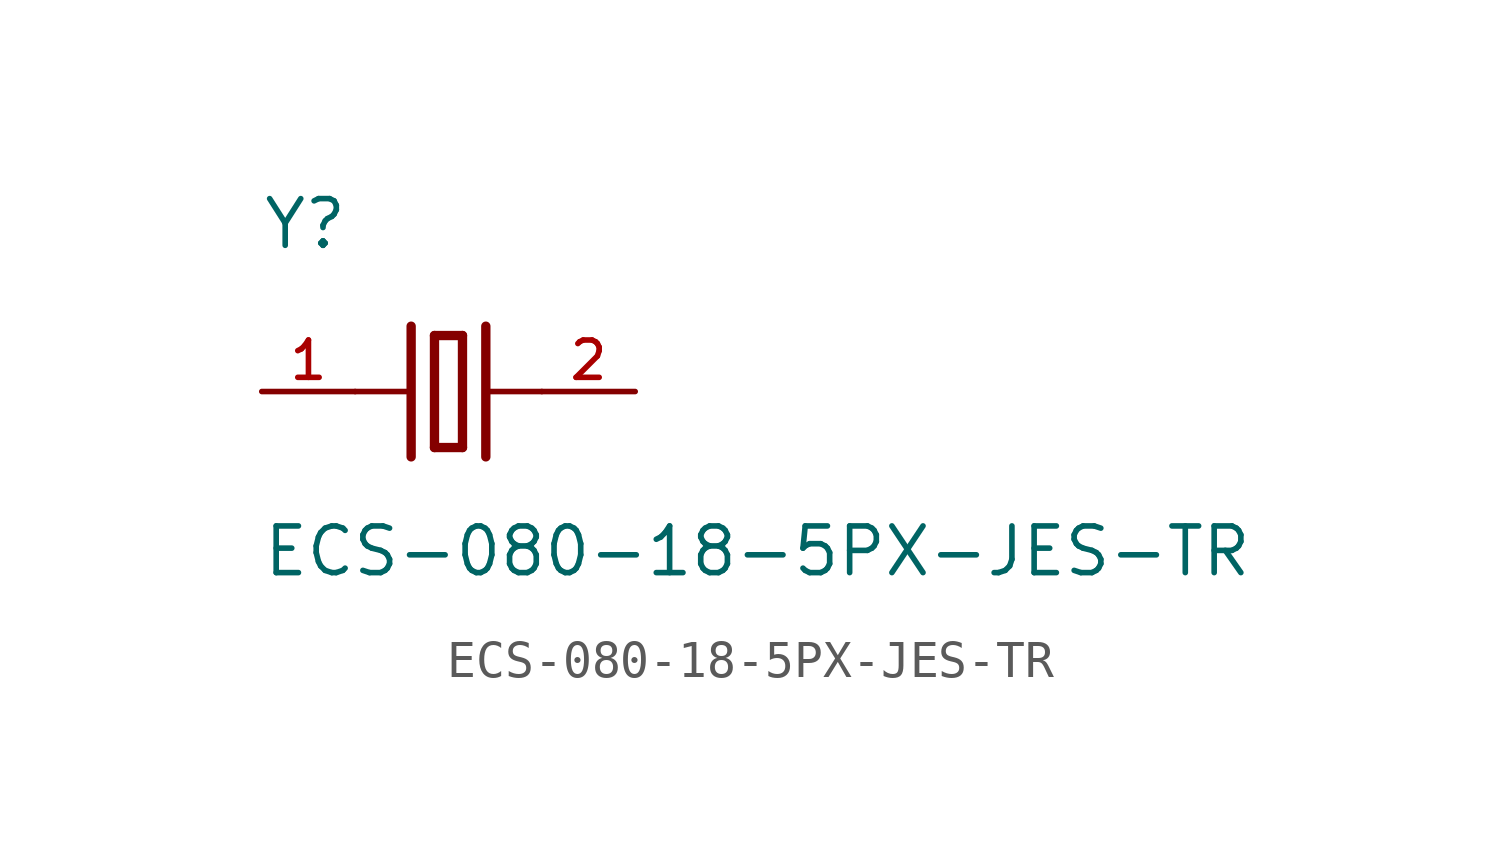
<source format=kicad_sym>
(kicad_symbol_lib
  (version 20211014)
  (generator kicad_symbol_editor)
  (symbol "ECS-080-18-5PX-JES-TR"
    (pin_names
      (offset 1.016))
    (property "Reference" "Y"
      (at -5.087 3.815 0)
      (effects (font (size 1.27 1.27)) (justify bottom left)))
    (property "Value" "ECS-080-18-5PX-JES-TR"
      (at -5.09 -5.09 0)
      (effects (font (size 1.27 1.27)) (justify bottom left)))
    (symbol "ECS-080-18-5PX-JES-TR_0_0"
      (polyline (pts (xy 1.016 0.0) (xy 2.54 0.0)) (stroke (width 0.152)))
      (polyline (pts (xy -2.54 0.0) (xy -1.016 0.0)) (stroke (width 0.152)))
      (polyline (pts (xy -0.381 1.524) (xy -0.381 -1.524)) (stroke (width 0.254)))
      (polyline (pts (xy -0.381 -1.524) (xy 0.381 -1.524)) (stroke (width 0.254)))
      (polyline (pts (xy 0.381 -1.524) (xy 0.381 1.524)) (stroke (width 0.254)))
      (polyline (pts (xy 0.381 1.524) (xy -0.381 1.524)) (stroke (width 0.254)))
      (polyline (pts (xy 1.016 1.778) (xy 1.016 -1.778)) (stroke (width 0.254)))
      (polyline (pts (xy -1.016 1.778) (xy -1.016 -1.778)) (stroke (width 0.254)))
      (pin passive line (at 5.08 0.0 180.0) (length 2.54) (name "~" (effects (font (size 1.016 1.016)))) (number "2" (effects (font (size 1.016 1.016)))))
      (pin passive line (at -5.08 0.0 0) (length 2.54) (name "~" (effects (font (size 1.016 1.016)))) (number "1" (effects (font (size 1.016 1.016))))))))
</source>
